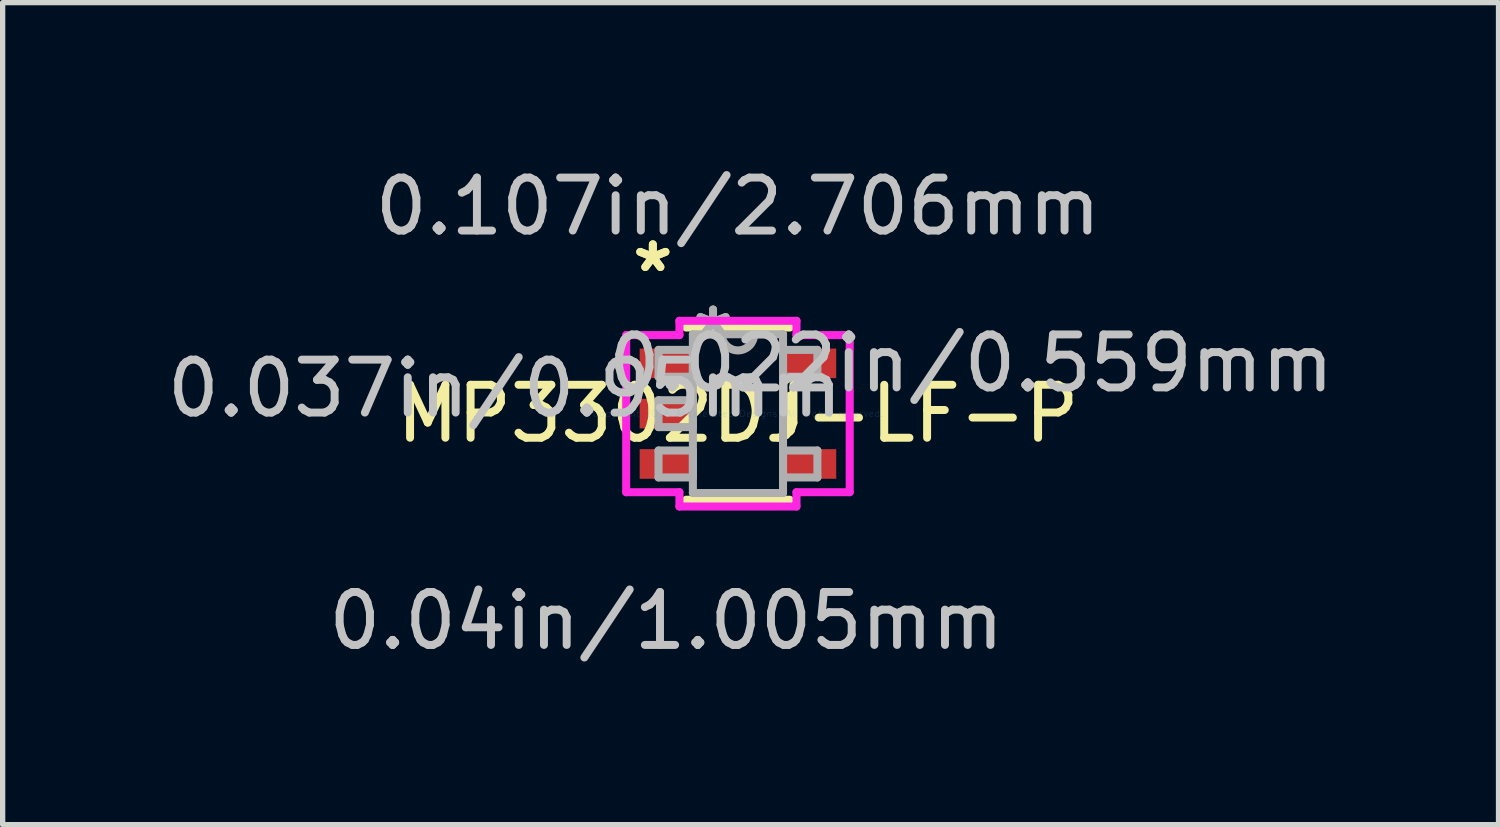
<source format=kicad_pcb>
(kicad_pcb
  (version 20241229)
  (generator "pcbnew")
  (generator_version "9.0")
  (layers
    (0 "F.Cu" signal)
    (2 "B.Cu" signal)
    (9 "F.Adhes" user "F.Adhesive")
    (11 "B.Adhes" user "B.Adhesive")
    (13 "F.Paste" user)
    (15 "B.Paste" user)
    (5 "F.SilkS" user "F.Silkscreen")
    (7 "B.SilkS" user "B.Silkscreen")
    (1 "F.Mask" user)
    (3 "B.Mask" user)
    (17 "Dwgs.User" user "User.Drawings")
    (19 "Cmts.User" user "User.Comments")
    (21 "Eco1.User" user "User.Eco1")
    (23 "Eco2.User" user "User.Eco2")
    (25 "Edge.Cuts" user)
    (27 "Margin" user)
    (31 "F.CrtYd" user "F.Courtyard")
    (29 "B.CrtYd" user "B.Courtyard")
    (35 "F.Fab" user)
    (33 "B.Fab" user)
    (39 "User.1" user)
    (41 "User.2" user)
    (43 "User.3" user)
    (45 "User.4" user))
  (footprint "MP3302DJ-LF-P"
    (layer "F.Cu")
    (at 10.883 4.76)
    (property "Reference" "MP3302DJ-LF-P" (at 0 0 0) (layer "F.SilkS") (effects (font (size 1 1) (thickness 0.15))))
    (attr through_hole)
    (fp_line (start -0.978 1.626) (end 0.978 1.626) (stroke (width 0.152) (type solid)) (layer "F.SilkS"))
    (fp_line (start 0.978 -1.626) (end -0.978 -1.626) (stroke (width 0.152) (type solid)) (layer "F.SilkS"))
    (fp_line (start 0.978 0.338) (end 0.978 -0.338) (stroke (width 0.152) (type solid)) (layer "F.SilkS"))
    (fp_line (start -2.11 -1.483) (end -1.105 -1.483) (stroke (width 0.152) (type solid)) (layer "F.CrtYd"))
    (fp_line (start -2.11 1.483) (end -2.11 -1.483) (stroke (width 0.152) (type solid)) (layer "F.CrtYd"))
    (fp_line (start -1.105 -1.753) (end 1.105 -1.753) (stroke (width 0.152) (type solid)) (layer "F.CrtYd"))
    (fp_line (start -1.105 -1.483) (end -1.105 -1.753) (stroke (width 0.152) (type solid)) (layer "F.CrtYd"))
    (fp_line (start -1.105 1.483) (end -2.11 1.483) (stroke (width 0.152) (type solid)) (layer "F.CrtYd"))
    (fp_line (start -1.105 1.753) (end -1.105 1.483) (stroke (width 0.152) (type solid)) (layer "F.CrtYd"))
    (fp_line (start 1.105 -1.753) (end 1.105 -1.483) (stroke (width 0.152) (type solid)) (layer "F.CrtYd"))
    (fp_line (start 1.105 -1.483) (end 2.11 -1.483) (stroke (width 0.152) (type solid)) (layer "F.CrtYd"))
    (fp_line (start 1.105 1.483) (end 1.105 1.753) (stroke (width 0.152) (type solid)) (layer "F.CrtYd"))
    (fp_line (start 1.105 1.753) (end -1.105 1.753) (stroke (width 0.152) (type solid)) (layer "F.CrtYd"))
    (fp_line (start 2.11 -1.483) (end 2.11 1.483) (stroke (width 0.152) (type solid)) (layer "F.CrtYd"))
    (fp_line (start 2.11 1.483) (end 1.105 1.483) (stroke (width 0.152) (type solid)) (layer "F.CrtYd"))
    (fp_line (start -1.5 -1.204) (end -1.5 -0.696) (stroke (width 0.152) (type solid)) (layer "F.Fab"))
    (fp_line (start -1.5 -0.696) (end -0.851 -0.696) (stroke (width 0.152) (type solid)) (layer "F.Fab"))
    (fp_line (start -1.5 -0.254) (end -1.5 0.254) (stroke (width 0.152) (type solid)) (layer "F.Fab"))
    (fp_line (start -1.5 0.254) (end -0.851 0.254) (stroke (width 0.152) (type solid)) (layer "F.Fab"))
    (fp_line (start -1.5 0.696) (end -1.5 1.204) (stroke (width 0.152) (type solid)) (layer "F.Fab"))
    (fp_line (start -1.5 1.204) (end -0.851 1.204) (stroke (width 0.152) (type solid)) (layer "F.Fab"))
    (fp_line (start -0.851 -1.499) (end -0.851 1.499) (stroke (width 0.152) (type solid)) (layer "F.Fab"))
    (fp_line (start -0.851 -1.204) (end -1.5 -1.204) (stroke (width 0.152) (type solid)) (layer "F.Fab"))
    (fp_line (start -0.851 -0.696) (end -0.851 -1.204) (stroke (width 0.152) (type solid)) (layer "F.Fab"))
    (fp_line (start -0.851 -0.254) (end -1.5 -0.254) (stroke (width 0.152) (type solid)) (layer "F.Fab"))
    (fp_line (start -0.851 0.254) (end -0.851 -0.254) (stroke (width 0.152) (type solid)) (layer "F.Fab"))
    (fp_line (start -0.851 0.696) (end -1.5 0.696) (stroke (width 0.152) (type solid)) (layer "F.Fab"))
    (fp_line (start -0.851 1.204) (end -0.851 0.696) (stroke (width 0.152) (type solid)) (layer "F.Fab"))
    (fp_line (start -0.851 1.499) (end 0.851 1.499) (stroke (width 0.152) (type solid)) (layer "F.Fab"))
    (fp_line (start 0.851 -1.499) (end -0.851 -1.499) (stroke (width 0.152) (type solid)) (layer "F.Fab"))
    (fp_line (start 0.851 -1.204) (end 0.851 -0.696) (stroke (width 0.152) (type solid)) (layer "F.Fab"))
    (fp_line (start 0.851 -0.696) (end 1.5 -0.696) (stroke (width 0.152) (type solid)) (layer "F.Fab"))
    (fp_line (start 0.851 0.696) (end 0.851 1.204) (stroke (width 0.152) (type solid)) (layer "F.Fab"))
    (fp_line (start 0.851 1.204) (end 1.5 1.204) (stroke (width 0.152) (type solid)) (layer "F.Fab"))
    (fp_line (start 0.851 1.499) (end 0.851 -1.499) (stroke (width 0.152) (type solid)) (layer "F.Fab"))
    (fp_line (start 1.5 -1.204) (end 0.851 -1.204) (stroke (width 0.152) (type solid)) (layer "F.Fab"))
    (fp_line (start 1.5 -0.696) (end 1.5 -1.204) (stroke (width 0.152) (type solid)) (layer "F.Fab"))
    (fp_line (start 1.5 0.696) (end 0.851 0.696) (stroke (width 0.152) (type solid)) (layer "F.Fab"))
    (fp_line (start 1.5 1.204) (end 1.5 0.696) (stroke (width 0.152) (type solid)) (layer "F.Fab"))
    (fp_arc (start 0.3048 -1.4986) (mid 0 -1.1938) (end -0.3048 -1.4986) (stroke (width 0.1524) (type solid)) (layer "F.Fab"))
    (fp_text user "*" (at -1.607 -2.652 0) (layer "F.SilkS") (effects (font (size 1 1) (thickness 0.15))))
    (fp_text user "*" (at -1.607 -2.652 0) (layer "F.SilkS") (effects (font (size 1 1) (thickness 0.15))))
    (fp_text user "0.107in/2.706mm" (at 0 -3.912 0) (layer "Dwgs.User") (effects (font (size 1 1) (thickness 0.15))))
    (fp_text user "0.022in/0.559mm" (at 4.401 -0.95 0) (layer "Dwgs.User") (effects (font (size 1 1) (thickness 0.15))))
    (fp_text user "0.037in/0.95mm" (at -4.401 -0.475 0) (layer "Dwgs.User") (effects (font (size 1 1) (thickness 0.15))))
    (fp_text user "0.04in/1.005mm" (at -1.353 3.912 0) (layer "Dwgs.User") (effects (font (size 1 1) (thickness 0.15))))
    (fp_text user "Copyright 2016 Accelerated Designs. All rights reserved." (at 0 0 0) (layer "Cmts.User") (effects (font (size 0.127 0.127) (thickness 0.002))))
    (fp_text user "*" (at -0.47 -1.422 0) (layer "F.Fab") (effects (font (size 1 1) (thickness 0.15))))
    (fp_text user "*" (at -0.47 -1.422 0) (layer "F.Fab") (effects (font (size 1 1) (thickness 0.15))))
    (pad "1" smd rect (at -1.353 -0.95) (size 1.005 0.559) (layers "F.Cu" "F.Mask" "F.Paste"))
    (pad "2" smd rect (at -1.353 0) (size 1.005 0.559) (layers "F.Cu" "F.Mask" "F.Paste"))
    (pad "3" smd rect (at -1.353 0.95) (size 1.005 0.559) (layers "F.Cu" "F.Mask" "F.Paste"))
    (pad "4" smd rect (at 1.353 0.95) (size 1.005 0.559) (layers "F.Cu" "F.Mask" "F.Paste"))
    (pad "5" smd rect (at 1.353 -0.95) (size 1.005 0.559) (layers "F.Cu" "F.Mask" "F.Paste")))
  (gr_rect
    (start -3 -3)
    (end 25.243 12.52)
    (stroke (width 0.1) (type default))
    (fill no)
    (layer "Edge.Cuts")))
</source>
